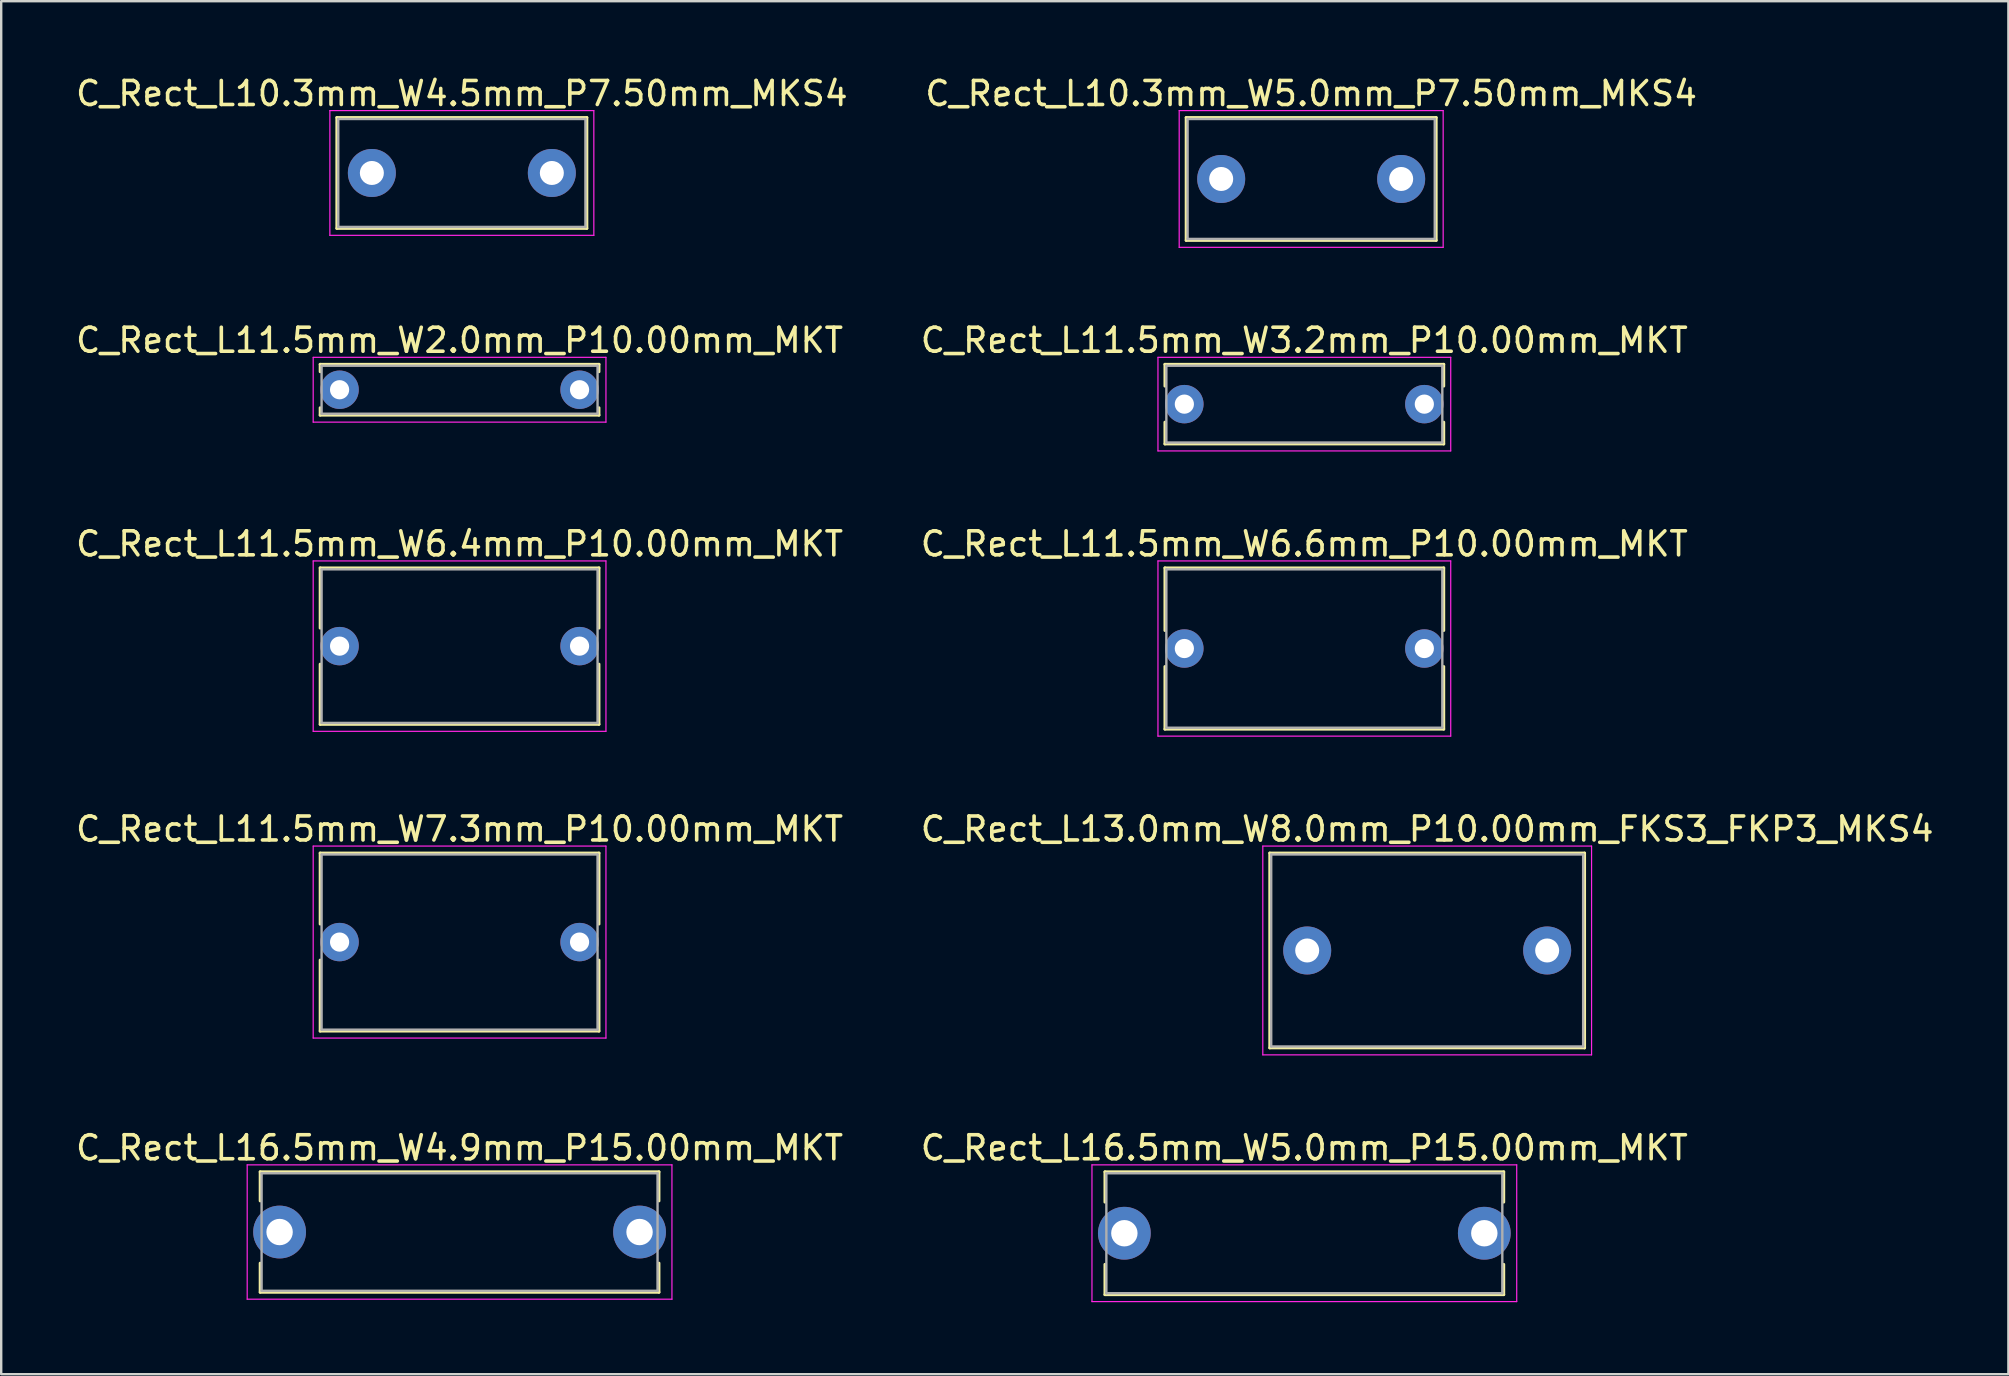
<source format=kicad_pcb>
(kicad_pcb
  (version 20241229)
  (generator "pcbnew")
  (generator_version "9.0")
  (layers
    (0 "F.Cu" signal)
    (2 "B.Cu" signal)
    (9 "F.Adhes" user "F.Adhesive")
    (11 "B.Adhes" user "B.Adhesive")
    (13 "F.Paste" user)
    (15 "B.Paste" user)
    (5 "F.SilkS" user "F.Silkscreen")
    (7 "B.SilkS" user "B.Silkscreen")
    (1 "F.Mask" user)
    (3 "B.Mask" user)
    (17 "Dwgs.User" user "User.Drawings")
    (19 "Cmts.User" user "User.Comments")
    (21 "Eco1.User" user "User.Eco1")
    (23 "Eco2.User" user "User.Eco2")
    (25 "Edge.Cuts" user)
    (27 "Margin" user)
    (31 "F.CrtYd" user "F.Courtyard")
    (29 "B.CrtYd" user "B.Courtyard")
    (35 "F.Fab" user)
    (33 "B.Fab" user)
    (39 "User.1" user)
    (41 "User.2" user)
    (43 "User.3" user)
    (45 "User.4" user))
  (footprint "C_Rect_L13.0mm_W8.0mm_P10.00mm_FKS3_FKP3_MKS4"
    (layer "F.Cu")
    (at 51.423 36.558)
    (property "Reference" "C_Rect_L13.0mm_W8.0mm_P10.00mm_FKS3_FKP3_MKS4" (at 5 -5.06 0) (layer "F.SilkS") (effects (font (size 1 1) (thickness 0.15))))
    (attr through_hole)
    (fp_line (start -1.56 -4.06) (end -1.56 4.06) (stroke (width 0.12) (type solid)) (layer "F.SilkS"))
    (fp_line (start -1.56 -4.06) (end 11.56 -4.06) (stroke (width 0.12) (type solid)) (layer "F.SilkS"))
    (fp_line (start -1.56 4.06) (end 11.56 4.06) (stroke (width 0.12) (type solid)) (layer "F.SilkS"))
    (fp_line (start 11.56 -4.06) (end 11.56 4.06) (stroke (width 0.12) (type solid)) (layer "F.SilkS"))
    (fp_line (start -1.85 -4.35) (end -1.85 4.35) (stroke (width 0.05) (type solid)) (layer "F.CrtYd"))
    (fp_line (start -1.85 4.35) (end 11.85 4.35) (stroke (width 0.05) (type solid)) (layer "F.CrtYd"))
    (fp_line (start 11.85 -4.35) (end -1.85 -4.35) (stroke (width 0.05) (type solid)) (layer "F.CrtYd"))
    (fp_line (start 11.85 4.35) (end 11.85 -4.35) (stroke (width 0.05) (type solid)) (layer "F.CrtYd"))
    (fp_line (start -1.5 -4) (end -1.5 4) (stroke (width 0.1) (type solid)) (layer "F.Fab"))
    (fp_line (start -1.5 4) (end 11.5 4) (stroke (width 0.1) (type solid)) (layer "F.Fab"))
    (fp_line (start 11.5 -4) (end -1.5 -4) (stroke (width 0.1) (type solid)) (layer "F.Fab"))
    (fp_line (start 11.5 4) (end 11.5 -4) (stroke (width 0.1) (type solid)) (layer "F.Fab"))
    (pad "1" thru_hole circle (at 0 0) (size 2 2) (drill 1) (layers "*.Cu" "*.Mask"))
    (pad "2" thru_hole circle (at 10 0) (size 2 2) (drill 1) (layers "*.Cu" "*.Mask")))
  (footprint "C_Rect_L16.5mm_W5.0mm_P15.00mm_MKT"
    (layer "F.Cu")
    (at 43.804 48.341)
    (property "Reference" "C_Rect_L16.5mm_W5.0mm_P15.00mm_MKT" (at 7.5 -3.56 0) (layer "F.SilkS") (effects (font (size 1 1) (thickness 0.15))))
    (attr through_hole)
    (fp_line (start -0.81 -2.56) (end -0.81 -1.296) (stroke (width 0.12) (type solid)) (layer "F.SilkS"))
    (fp_line (start -0.81 -2.56) (end 15.81 -2.56) (stroke (width 0.12) (type solid)) (layer "F.SilkS"))
    (fp_line (start -0.81 1.296) (end -0.81 2.56) (stroke (width 0.12) (type solid)) (layer "F.SilkS"))
    (fp_line (start -0.81 2.56) (end 15.81 2.56) (stroke (width 0.12) (type solid)) (layer "F.SilkS"))
    (fp_line (start 15.81 -2.56) (end 15.81 -1.296) (stroke (width 0.12) (type solid)) (layer "F.SilkS"))
    (fp_line (start 15.81 1.296) (end 15.81 2.56) (stroke (width 0.12) (type solid)) (layer "F.SilkS"))
    (fp_line (start -1.35 -2.85) (end -1.35 2.85) (stroke (width 0.05) (type solid)) (layer "F.CrtYd"))
    (fp_line (start -1.35 2.85) (end 16.35 2.85) (stroke (width 0.05) (type solid)) (layer "F.CrtYd"))
    (fp_line (start 16.35 -2.85) (end -1.35 -2.85) (stroke (width 0.05) (type solid)) (layer "F.CrtYd"))
    (fp_line (start 16.35 2.85) (end 16.35 -2.85) (stroke (width 0.05) (type solid)) (layer "F.CrtYd"))
    (fp_line (start -0.75 -2.5) (end -0.75 2.5) (stroke (width 0.1) (type solid)) (layer "F.Fab"))
    (fp_line (start -0.75 2.5) (end 15.75 2.5) (stroke (width 0.1) (type solid)) (layer "F.Fab"))
    (fp_line (start 15.75 -2.5) (end -0.75 -2.5) (stroke (width 0.1) (type solid)) (layer "F.Fab"))
    (fp_line (start 15.75 2.5) (end 15.75 -2.5) (stroke (width 0.1) (type solid)) (layer "F.Fab"))
    (pad "1" thru_hole circle (at 0 0) (size 2.2 2.2) (drill 1.1) (layers "*.Cu" "*.Mask"))
    (pad "2" thru_hole circle (at 15 0) (size 2.2 2.2) (drill 1.1) (layers "*.Cu" "*.Mask")))
  (footprint "C_Rect_L11.5mm_W2.0mm_P10.00mm_MKT"
    (layer "F.Cu")
    (at 11.101 13.191)
    (property "Reference" "C_Rect_L11.5mm_W2.0mm_P10.00mm_MKT" (at 5 -2.06 0) (layer "F.SilkS") (effects (font (size 1 1) (thickness 0.15))))
    (attr through_hole)
    (fp_line (start -0.81 -1.06) (end -0.81 -0.75) (stroke (width 0.12) (type solid)) (layer "F.SilkS"))
    (fp_line (start -0.81 -1.06) (end 10.81 -1.06) (stroke (width 0.12) (type solid)) (layer "F.SilkS"))
    (fp_line (start -0.81 0.75) (end -0.81 1.06) (stroke (width 0.12) (type solid)) (layer "F.SilkS"))
    (fp_line (start -0.81 1.06) (end 10.81 1.06) (stroke (width 0.12) (type solid)) (layer "F.SilkS"))
    (fp_line (start 10.81 -1.06) (end 10.81 -0.75) (stroke (width 0.12) (type solid)) (layer "F.SilkS"))
    (fp_line (start 10.81 0.75) (end 10.81 1.06) (stroke (width 0.12) (type solid)) (layer "F.SilkS"))
    (fp_line (start -1.1 -1.35) (end -1.1 1.35) (stroke (width 0.05) (type solid)) (layer "F.CrtYd"))
    (fp_line (start -1.1 1.35) (end 11.1 1.35) (stroke (width 0.05) (type solid)) (layer "F.CrtYd"))
    (fp_line (start 11.1 -1.35) (end -1.1 -1.35) (stroke (width 0.05) (type solid)) (layer "F.CrtYd"))
    (fp_line (start 11.1 1.35) (end 11.1 -1.35) (stroke (width 0.05) (type solid)) (layer "F.CrtYd"))
    (fp_line (start -0.75 -1) (end -0.75 1) (stroke (width 0.1) (type solid)) (layer "F.Fab"))
    (fp_line (start -0.75 1) (end 10.75 1) (stroke (width 0.1) (type solid)) (layer "F.Fab"))
    (fp_line (start 10.75 -1) (end -0.75 -1) (stroke (width 0.1) (type solid)) (layer "F.Fab"))
    (fp_line (start 10.75 1) (end 10.75 -1) (stroke (width 0.1) (type solid)) (layer "F.Fab"))
    (pad "1" thru_hole circle (at 0 0) (size 1.6 1.6) (drill 0.8) (layers "*.Cu" "*.Mask"))
    (pad "2" thru_hole circle (at 10 0) (size 1.6 1.6) (drill 0.8) (layers "*.Cu" "*.Mask")))
  (footprint "C_Rect_L11.5mm_W7.3mm_P10.00mm_MKT"
    (layer "F.Cu")
    (at 11.101 36.208)
    (property "Reference" "C_Rect_L11.5mm_W7.3mm_P10.00mm_MKT" (at 5 -4.71 0) (layer "F.SilkS") (effects (font (size 1 1) (thickness 0.15))))
    (attr through_hole)
    (fp_line (start -0.81 -3.71) (end -0.81 -0.75) (stroke (width 0.12) (type solid)) (layer "F.SilkS"))
    (fp_line (start -0.81 -3.71) (end 10.81 -3.71) (stroke (width 0.12) (type solid)) (layer "F.SilkS"))
    (fp_line (start -0.81 0.75) (end -0.81 3.71) (stroke (width 0.12) (type solid)) (layer "F.SilkS"))
    (fp_line (start -0.81 3.71) (end 10.81 3.71) (stroke (width 0.12) (type solid)) (layer "F.SilkS"))
    (fp_line (start 10.81 -3.71) (end 10.81 -0.75) (stroke (width 0.12) (type solid)) (layer "F.SilkS"))
    (fp_line (start 10.81 0.75) (end 10.81 3.71) (stroke (width 0.12) (type solid)) (layer "F.SilkS"))
    (fp_line (start -1.1 -4) (end -1.1 4) (stroke (width 0.05) (type solid)) (layer "F.CrtYd"))
    (fp_line (start -1.1 4) (end 11.1 4) (stroke (width 0.05) (type solid)) (layer "F.CrtYd"))
    (fp_line (start 11.1 -4) (end -1.1 -4) (stroke (width 0.05) (type solid)) (layer "F.CrtYd"))
    (fp_line (start 11.1 4) (end 11.1 -4) (stroke (width 0.05) (type solid)) (layer "F.CrtYd"))
    (fp_line (start -0.75 -3.65) (end -0.75 3.65) (stroke (width 0.1) (type solid)) (layer "F.Fab"))
    (fp_line (start -0.75 3.65) (end 10.75 3.65) (stroke (width 0.1) (type solid)) (layer "F.Fab"))
    (fp_line (start 10.75 -3.65) (end -0.75 -3.65) (stroke (width 0.1) (type solid)) (layer "F.Fab"))
    (fp_line (start 10.75 3.65) (end 10.75 -3.65) (stroke (width 0.1) (type solid)) (layer "F.Fab"))
    (pad "1" thru_hole circle (at 0 0) (size 1.6 1.6) (drill 0.8) (layers "*.Cu" "*.Mask"))
    (pad "2" thru_hole circle (at 10 0) (size 1.6 1.6) (drill 0.8) (layers "*.Cu" "*.Mask")))
  (footprint "C_Rect_L16.5mm_W4.9mm_P15.00mm_MKT"
    (layer "F.Cu")
    (at 8.601 48.291)
    (property "Reference" "C_Rect_L16.5mm_W4.9mm_P15.00mm_MKT" (at 7.5 -3.51 0) (layer "F.SilkS") (effects (font (size 1 1) (thickness 0.15))))
    (attr through_hole)
    (fp_line (start -0.81 -2.51) (end -0.81 -1.296) (stroke (width 0.12) (type solid)) (layer "F.SilkS"))
    (fp_line (start -0.81 -2.51) (end 15.81 -2.51) (stroke (width 0.12) (type solid)) (layer "F.SilkS"))
    (fp_line (start -0.81 1.296) (end -0.81 2.51) (stroke (width 0.12) (type solid)) (layer "F.SilkS"))
    (fp_line (start -0.81 2.51) (end 15.81 2.51) (stroke (width 0.12) (type solid)) (layer "F.SilkS"))
    (fp_line (start 15.81 -2.51) (end 15.81 -1.296) (stroke (width 0.12) (type solid)) (layer "F.SilkS"))
    (fp_line (start 15.81 1.296) (end 15.81 2.51) (stroke (width 0.12) (type solid)) (layer "F.SilkS"))
    (fp_line (start -1.35 -2.8) (end -1.35 2.8) (stroke (width 0.05) (type solid)) (layer "F.CrtYd"))
    (fp_line (start -1.35 2.8) (end 16.35 2.8) (stroke (width 0.05) (type solid)) (layer "F.CrtYd"))
    (fp_line (start 16.35 -2.8) (end -1.35 -2.8) (stroke (width 0.05) (type solid)) (layer "F.CrtYd"))
    (fp_line (start 16.35 2.8) (end 16.35 -2.8) (stroke (width 0.05) (type solid)) (layer "F.CrtYd"))
    (fp_line (start -0.75 -2.45) (end -0.75 2.45) (stroke (width 0.1) (type solid)) (layer "F.Fab"))
    (fp_line (start -0.75 2.45) (end 15.75 2.45) (stroke (width 0.1) (type solid)) (layer "F.Fab"))
    (fp_line (start 15.75 -2.45) (end -0.75 -2.45) (stroke (width 0.1) (type solid)) (layer "F.Fab"))
    (fp_line (start 15.75 2.45) (end 15.75 -2.45) (stroke (width 0.1) (type solid)) (layer "F.Fab"))
    (pad "1" thru_hole circle (at 0 0) (size 2.2 2.2) (drill 1.1) (layers "*.Cu" "*.Mask"))
    (pad "2" thru_hole circle (at 15 0) (size 2.2 2.2) (drill 1.1) (layers "*.Cu" "*.Mask")))
  (footprint "C_Rect_L11.5mm_W3.2mm_P10.00mm_MKT"
    (layer "F.Cu")
    (at 46.304 13.791)
    (property "Reference" "C_Rect_L11.5mm_W3.2mm_P10.00mm_MKT" (at 5 -2.66 0) (layer "F.SilkS") (effects (font (size 1 1) (thickness 0.15))))
    (attr through_hole)
    (fp_line (start -0.81 -1.66) (end -0.81 -0.75) (stroke (width 0.12) (type solid)) (layer "F.SilkS"))
    (fp_line (start -0.81 -1.66) (end 10.81 -1.66) (stroke (width 0.12) (type solid)) (layer "F.SilkS"))
    (fp_line (start -0.81 0.75) (end -0.81 1.66) (stroke (width 0.12) (type solid)) (layer "F.SilkS"))
    (fp_line (start -0.81 1.66) (end 10.81 1.66) (stroke (width 0.12) (type solid)) (layer "F.SilkS"))
    (fp_line (start 10.81 -1.66) (end 10.81 -0.75) (stroke (width 0.12) (type solid)) (layer "F.SilkS"))
    (fp_line (start 10.81 0.75) (end 10.81 1.66) (stroke (width 0.12) (type solid)) (layer "F.SilkS"))
    (fp_line (start -1.1 -1.95) (end -1.1 1.95) (stroke (width 0.05) (type solid)) (layer "F.CrtYd"))
    (fp_line (start -1.1 1.95) (end 11.1 1.95) (stroke (width 0.05) (type solid)) (layer "F.CrtYd"))
    (fp_line (start 11.1 -1.95) (end -1.1 -1.95) (stroke (width 0.05) (type solid)) (layer "F.CrtYd"))
    (fp_line (start 11.1 1.95) (end 11.1 -1.95) (stroke (width 0.05) (type solid)) (layer "F.CrtYd"))
    (fp_line (start -0.75 -1.6) (end -0.75 1.6) (stroke (width 0.1) (type solid)) (layer "F.Fab"))
    (fp_line (start -0.75 1.6) (end 10.75 1.6) (stroke (width 0.1) (type solid)) (layer "F.Fab"))
    (fp_line (start 10.75 -1.6) (end -0.75 -1.6) (stroke (width 0.1) (type solid)) (layer "F.Fab"))
    (fp_line (start 10.75 1.6) (end 10.75 -1.6) (stroke (width 0.1) (type solid)) (layer "F.Fab"))
    (pad "1" thru_hole circle (at 0 0) (size 1.6 1.6) (drill 0.8) (layers "*.Cu" "*.Mask"))
    (pad "2" thru_hole circle (at 10 0) (size 1.6 1.6) (drill 0.8) (layers "*.Cu" "*.Mask")))
  (footprint "C_Rect_L11.5mm_W6.6mm_P10.00mm_MKT"
    (layer "F.Cu")
    (at 46.304 23.975)
    (property "Reference" "C_Rect_L11.5mm_W6.6mm_P10.00mm_MKT" (at 5 -4.36 0) (layer "F.SilkS") (effects (font (size 1 1) (thickness 0.15))))
    (attr through_hole)
    (fp_line (start -0.81 -3.36) (end -0.81 -0.75) (stroke (width 0.12) (type solid)) (layer "F.SilkS"))
    (fp_line (start -0.81 -3.36) (end 10.81 -3.36) (stroke (width 0.12) (type solid)) (layer "F.SilkS"))
    (fp_line (start -0.81 0.75) (end -0.81 3.36) (stroke (width 0.12) (type solid)) (layer "F.SilkS"))
    (fp_line (start -0.81 3.36) (end 10.81 3.36) (stroke (width 0.12) (type solid)) (layer "F.SilkS"))
    (fp_line (start 10.81 -3.36) (end 10.81 -0.75) (stroke (width 0.12) (type solid)) (layer "F.SilkS"))
    (fp_line (start 10.81 0.75) (end 10.81 3.36) (stroke (width 0.12) (type solid)) (layer "F.SilkS"))
    (fp_line (start -1.1 -3.65) (end -1.1 3.65) (stroke (width 0.05) (type solid)) (layer "F.CrtYd"))
    (fp_line (start -1.1 3.65) (end 11.1 3.65) (stroke (width 0.05) (type solid)) (layer "F.CrtYd"))
    (fp_line (start 11.1 -3.65) (end -1.1 -3.65) (stroke (width 0.05) (type solid)) (layer "F.CrtYd"))
    (fp_line (start 11.1 3.65) (end 11.1 -3.65) (stroke (width 0.05) (type solid)) (layer "F.CrtYd"))
    (fp_line (start -0.75 -3.3) (end -0.75 3.3) (stroke (width 0.1) (type solid)) (layer "F.Fab"))
    (fp_line (start -0.75 3.3) (end 10.75 3.3) (stroke (width 0.1) (type solid)) (layer "F.Fab"))
    (fp_line (start 10.75 -3.3) (end -0.75 -3.3) (stroke (width 0.1) (type solid)) (layer "F.Fab"))
    (fp_line (start 10.75 3.3) (end 10.75 -3.3) (stroke (width 0.1) (type solid)) (layer "F.Fab"))
    (pad "1" thru_hole circle (at 0 0) (size 1.6 1.6) (drill 0.8) (layers "*.Cu" "*.Mask"))
    (pad "2" thru_hole circle (at 10 0) (size 1.6 1.6) (drill 0.8) (layers "*.Cu" "*.Mask")))
  (footprint "C_Rect_L10.3mm_W5.0mm_P7.50mm_MKS4"
    (layer "F.Cu")
    (at 47.839 4.408)
    (property "Reference" "C_Rect_L10.3mm_W5.0mm_P7.50mm_MKS4" (at 3.75 -3.56 0) (layer "F.SilkS") (effects (font (size 1 1) (thickness 0.15))))
    (attr through_hole)
    (fp_line (start -1.46 -2.56) (end -1.46 2.56) (stroke (width 0.12) (type solid)) (layer "F.SilkS"))
    (fp_line (start -1.46 -2.56) (end 8.96 -2.56) (stroke (width 0.12) (type solid)) (layer "F.SilkS"))
    (fp_line (start -1.46 2.56) (end 8.96 2.56) (stroke (width 0.12) (type solid)) (layer "F.SilkS"))
    (fp_line (start 8.96 -2.56) (end 8.96 2.56) (stroke (width 0.12) (type solid)) (layer "F.SilkS"))
    (fp_line (start -1.75 -2.85) (end -1.75 2.85) (stroke (width 0.05) (type solid)) (layer "F.CrtYd"))
    (fp_line (start -1.75 2.85) (end 9.25 2.85) (stroke (width 0.05) (type solid)) (layer "F.CrtYd"))
    (fp_line (start 9.25 -2.85) (end -1.75 -2.85) (stroke (width 0.05) (type solid)) (layer "F.CrtYd"))
    (fp_line (start 9.25 2.85) (end 9.25 -2.85) (stroke (width 0.05) (type solid)) (layer "F.CrtYd"))
    (fp_line (start -1.4 -2.5) (end -1.4 2.5) (stroke (width 0.1) (type solid)) (layer "F.Fab"))
    (fp_line (start -1.4 2.5) (end 8.9 2.5) (stroke (width 0.1) (type solid)) (layer "F.Fab"))
    (fp_line (start 8.9 -2.5) (end -1.4 -2.5) (stroke (width 0.1) (type solid)) (layer "F.Fab"))
    (fp_line (start 8.9 2.5) (end 8.9 -2.5) (stroke (width 0.1) (type solid)) (layer "F.Fab"))
    (pad "1" thru_hole circle (at 0 0) (size 2 2) (drill 1) (layers "*.Cu" "*.Mask"))
    (pad "2" thru_hole circle (at 7.5 0) (size 2 2) (drill 1) (layers "*.Cu" "*.Mask")))
  (footprint "C_Rect_L10.3mm_W4.5mm_P7.50mm_MKS4"
    (layer "F.Cu")
    (at 12.446 4.158)
    (property "Reference" "C_Rect_L10.3mm_W4.5mm_P7.50mm_MKS4" (at 3.75 -3.31 0) (layer "F.SilkS") (effects (font (size 1 1) (thickness 0.15))))
    (attr through_hole)
    (fp_line (start -1.46 -2.31) (end -1.46 2.31) (stroke (width 0.12) (type solid)) (layer "F.SilkS"))
    (fp_line (start -1.46 -2.31) (end 8.96 -2.31) (stroke (width 0.12) (type solid)) (layer "F.SilkS"))
    (fp_line (start -1.46 2.31) (end 8.96 2.31) (stroke (width 0.12) (type solid)) (layer "F.SilkS"))
    (fp_line (start 8.96 -2.31) (end 8.96 2.31) (stroke (width 0.12) (type solid)) (layer "F.SilkS"))
    (fp_line (start -1.75 -2.6) (end -1.75 2.6) (stroke (width 0.05) (type solid)) (layer "F.CrtYd"))
    (fp_line (start -1.75 2.6) (end 9.25 2.6) (stroke (width 0.05) (type solid)) (layer "F.CrtYd"))
    (fp_line (start 9.25 -2.6) (end -1.75 -2.6) (stroke (width 0.05) (type solid)) (layer "F.CrtYd"))
    (fp_line (start 9.25 2.6) (end 9.25 -2.6) (stroke (width 0.05) (type solid)) (layer "F.CrtYd"))
    (fp_line (start -1.4 -2.25) (end -1.4 2.25) (stroke (width 0.1) (type solid)) (layer "F.Fab"))
    (fp_line (start -1.4 2.25) (end 8.9 2.25) (stroke (width 0.1) (type solid)) (layer "F.Fab"))
    (fp_line (start 8.9 -2.25) (end -1.4 -2.25) (stroke (width 0.1) (type solid)) (layer "F.Fab"))
    (fp_line (start 8.9 2.25) (end 8.9 -2.25) (stroke (width 0.1) (type solid)) (layer "F.Fab"))
    (pad "1" thru_hole circle (at 0 0) (size 2 2) (drill 1) (layers "*.Cu" "*.Mask"))
    (pad "2" thru_hole circle (at 7.5 0) (size 2 2) (drill 1) (layers "*.Cu" "*.Mask")))
  (footprint "C_Rect_L11.5mm_W6.4mm_P10.00mm_MKT"
    (layer "F.Cu")
    (at 11.101 23.875)
    (property "Reference" "C_Rect_L11.5mm_W6.4mm_P10.00mm_MKT" (at 5 -4.26 0) (layer "F.SilkS") (effects (font (size 1 1) (thickness 0.15))))
    (attr through_hole)
    (fp_line (start -0.81 -3.26) (end -0.81 -0.75) (stroke (width 0.12) (type solid)) (layer "F.SilkS"))
    (fp_line (start -0.81 -3.26) (end 10.81 -3.26) (stroke (width 0.12) (type solid)) (layer "F.SilkS"))
    (fp_line (start -0.81 0.75) (end -0.81 3.26) (stroke (width 0.12) (type solid)) (layer "F.SilkS"))
    (fp_line (start -0.81 3.26) (end 10.81 3.26) (stroke (width 0.12) (type solid)) (layer "F.SilkS"))
    (fp_line (start 10.81 -3.26) (end 10.81 -0.75) (stroke (width 0.12) (type solid)) (layer "F.SilkS"))
    (fp_line (start 10.81 0.75) (end 10.81 3.26) (stroke (width 0.12) (type solid)) (layer "F.SilkS"))
    (fp_line (start -1.1 -3.55) (end -1.1 3.55) (stroke (width 0.05) (type solid)) (layer "F.CrtYd"))
    (fp_line (start -1.1 3.55) (end 11.1 3.55) (stroke (width 0.05) (type solid)) (layer "F.CrtYd"))
    (fp_line (start 11.1 -3.55) (end -1.1 -3.55) (stroke (width 0.05) (type solid)) (layer "F.CrtYd"))
    (fp_line (start 11.1 3.55) (end 11.1 -3.55) (stroke (width 0.05) (type solid)) (layer "F.CrtYd"))
    (fp_line (start -0.75 -3.2) (end -0.75 3.2) (stroke (width 0.1) (type solid)) (layer "F.Fab"))
    (fp_line (start -0.75 3.2) (end 10.75 3.2) (stroke (width 0.1) (type solid)) (layer "F.Fab"))
    (fp_line (start 10.75 -3.2) (end -0.75 -3.2) (stroke (width 0.1) (type solid)) (layer "F.Fab"))
    (fp_line (start 10.75 3.2) (end 10.75 -3.2) (stroke (width 0.1) (type solid)) (layer "F.Fab"))
    (pad "1" thru_hole circle (at 0 0) (size 1.6 1.6) (drill 0.8) (layers "*.Cu" "*.Mask"))
    (pad "2" thru_hole circle (at 10 0) (size 1.6 1.6) (drill 0.8) (layers "*.Cu" "*.Mask")))
  (gr_rect
    (start -3 -3)
    (end 80.643 54.216)
    (stroke (width 0.1) (type default))
    (fill no)
    (layer "Edge.Cuts")))
</source>
